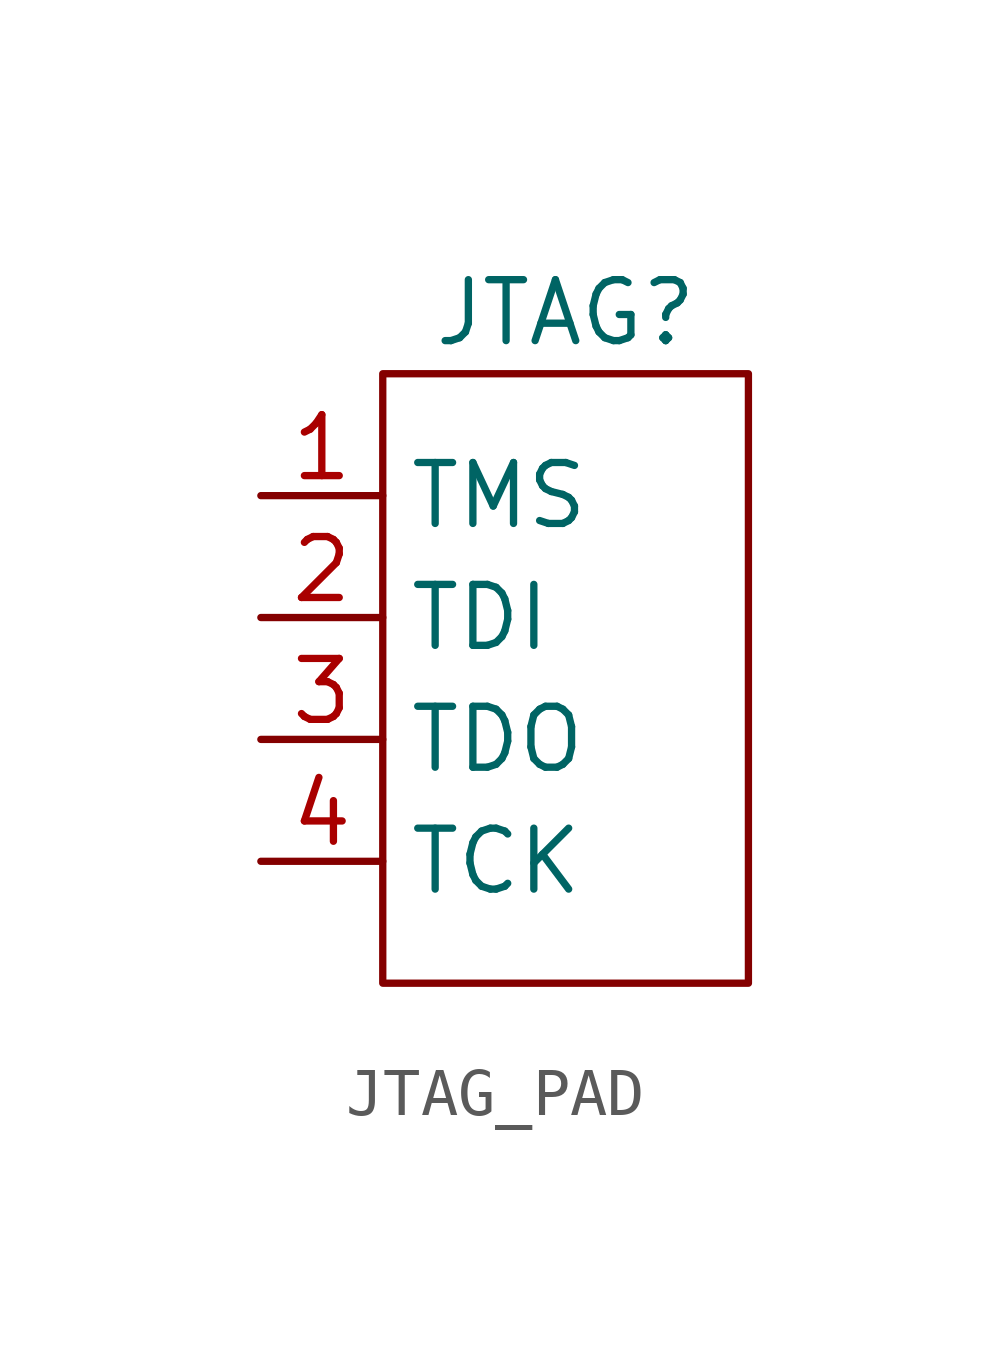
<source format=kicad_sym>
(kicad_symbol_lib
  (version 20231120)
  (generator "kicad_symbol_editor")
  (generator_version "8.0")
  (symbol "JTAG_PAD"
    (property "Reference" "JTAG"
      (at 0 0 0)
      (effects (font (size 1.27 1.27))))
    (property "Value" ""
      (at 0 0 0)
      (effects (font (size 1.27 1.27))))
    (symbol "JTAG_PAD_0_1"
      (rectangle (start -3.81 -1.27) (end 3.81 -13.97) (stroke (width 0) (type default)) (fill (type none))))
    (symbol "JTAG_PAD_1_1"
      (pin bidirectional line (at -6.35 -3.81 0) (length 2.54) (name "TMS" (effects (font (size 1.27 1.27)))) (number "1" (effects (font (size 1.27 1.27)))))
      (pin bidirectional line (at -6.35 -6.35 0) (length 2.54) (name "TDI" (effects (font (size 1.27 1.27)))) (number "2" (effects (font (size 1.27 1.27)))))
      (pin bidirectional line (at -6.35 -8.89 0) (length 2.54) (name "TDO" (effects (font (size 1.27 1.27)))) (number "3" (effects (font (size 1.27 1.27)))))
      (pin bidirectional line (at -6.35 -11.43 0) (length 2.54) (name "TCK" (effects (font (size 1.27 1.27)))) (number "4" (effects (font (size 1.27 1.27))))))))
</source>
